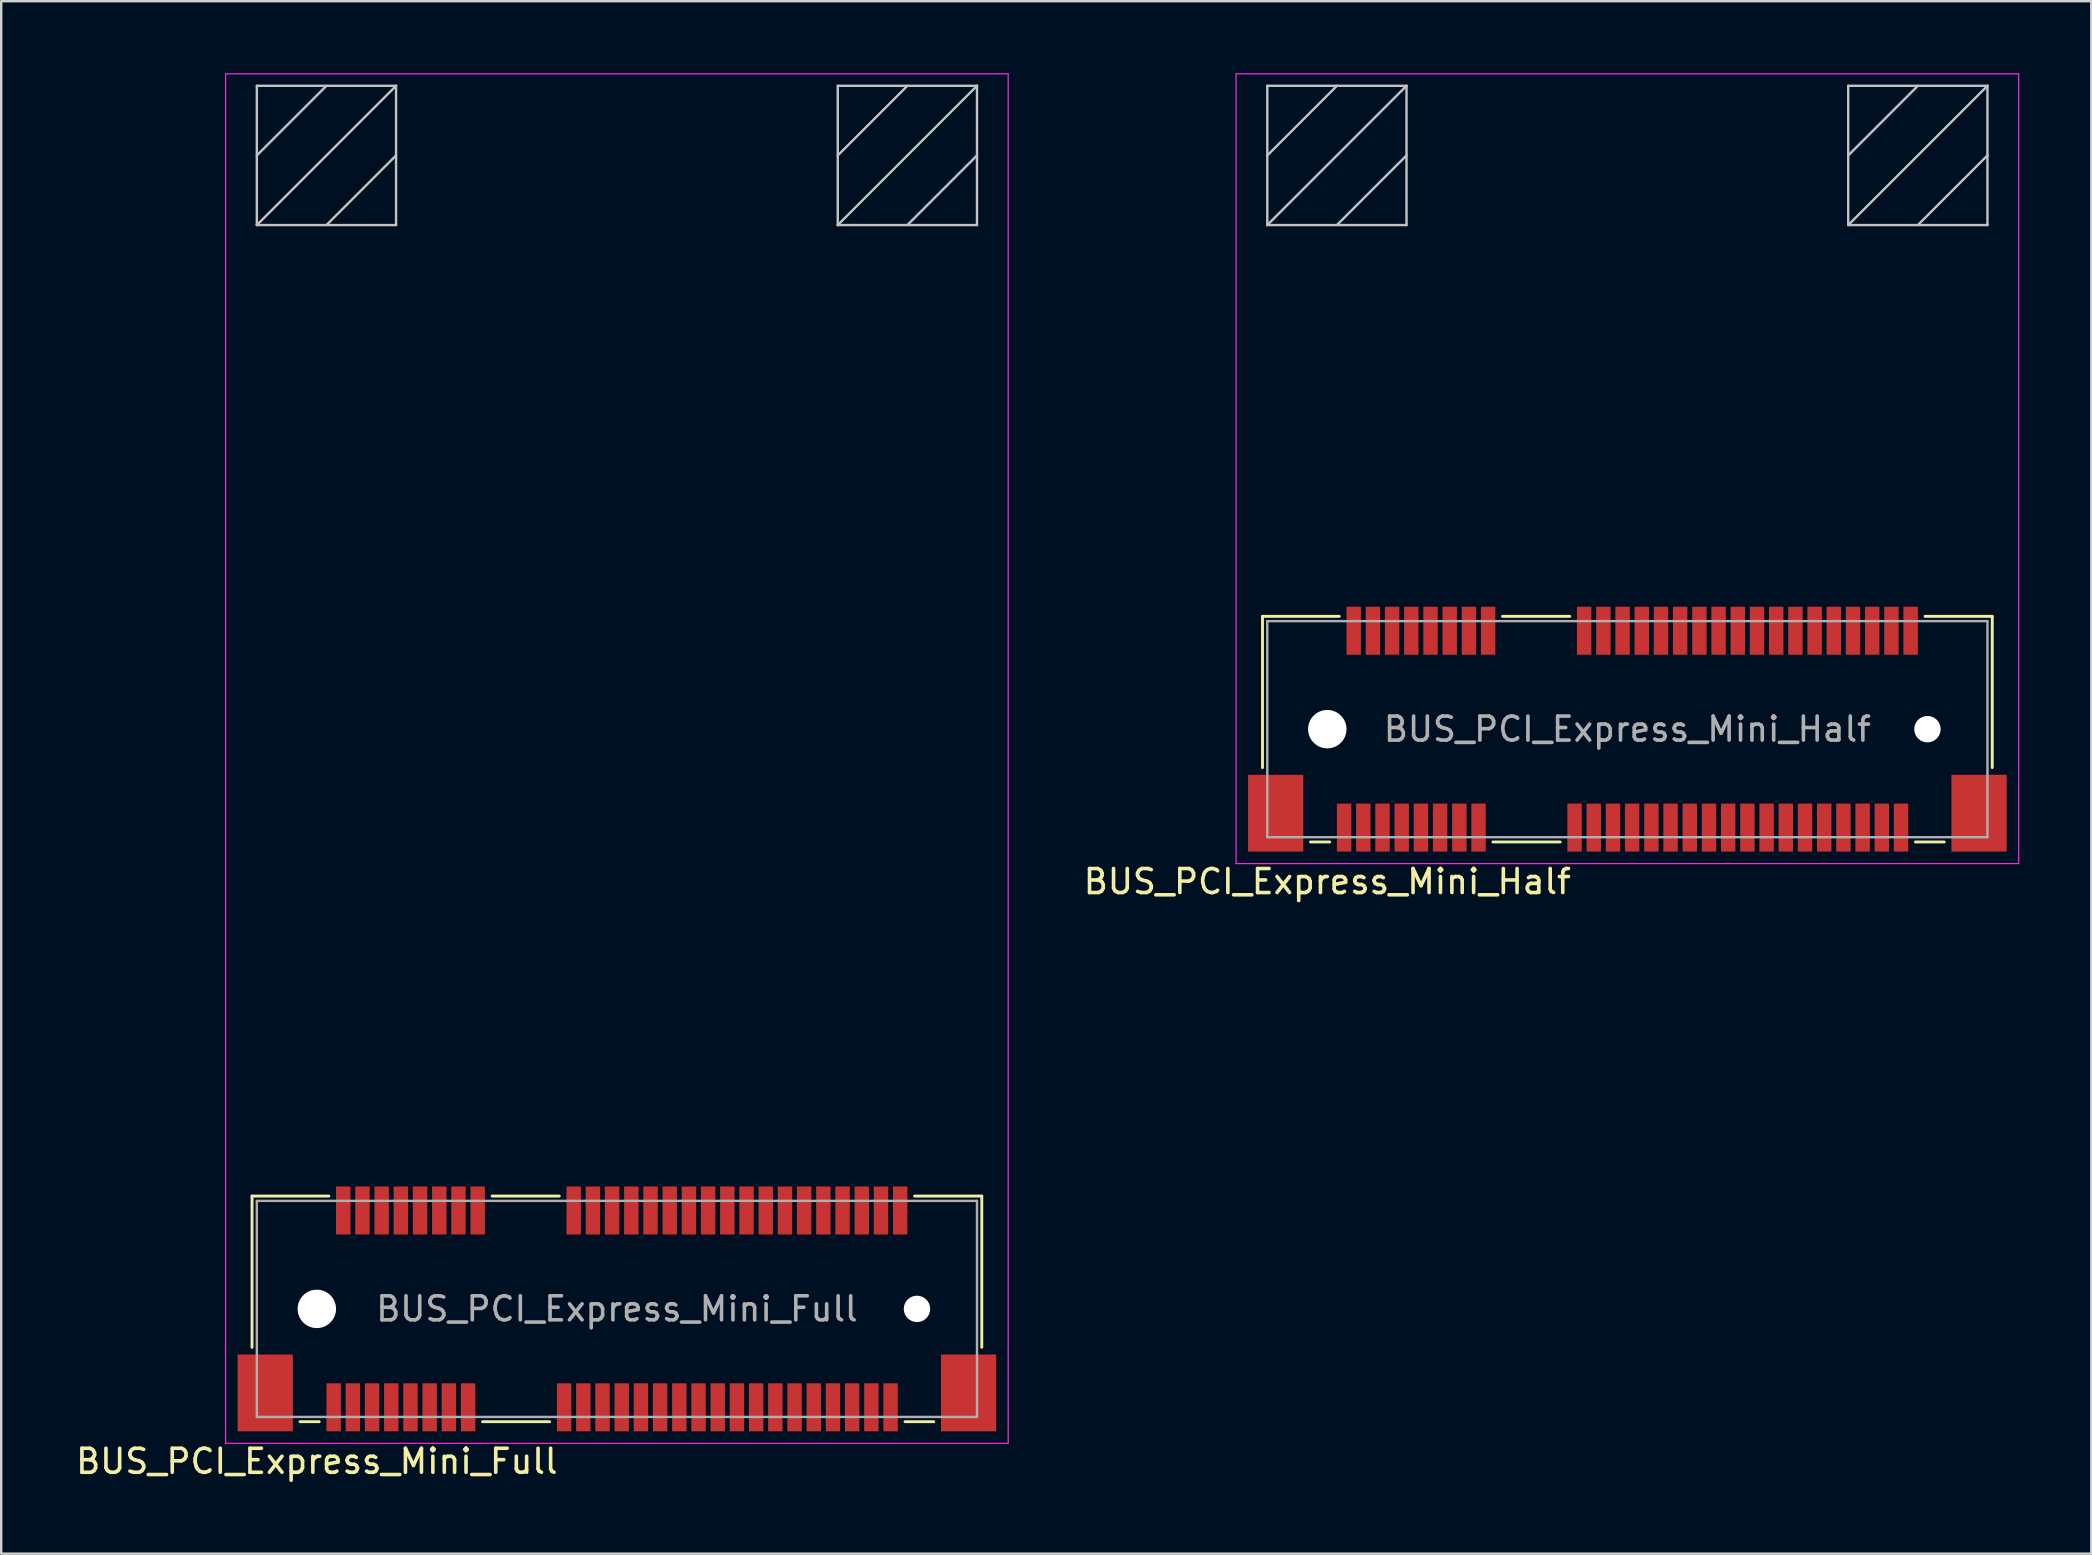
<source format=kicad_pcb>
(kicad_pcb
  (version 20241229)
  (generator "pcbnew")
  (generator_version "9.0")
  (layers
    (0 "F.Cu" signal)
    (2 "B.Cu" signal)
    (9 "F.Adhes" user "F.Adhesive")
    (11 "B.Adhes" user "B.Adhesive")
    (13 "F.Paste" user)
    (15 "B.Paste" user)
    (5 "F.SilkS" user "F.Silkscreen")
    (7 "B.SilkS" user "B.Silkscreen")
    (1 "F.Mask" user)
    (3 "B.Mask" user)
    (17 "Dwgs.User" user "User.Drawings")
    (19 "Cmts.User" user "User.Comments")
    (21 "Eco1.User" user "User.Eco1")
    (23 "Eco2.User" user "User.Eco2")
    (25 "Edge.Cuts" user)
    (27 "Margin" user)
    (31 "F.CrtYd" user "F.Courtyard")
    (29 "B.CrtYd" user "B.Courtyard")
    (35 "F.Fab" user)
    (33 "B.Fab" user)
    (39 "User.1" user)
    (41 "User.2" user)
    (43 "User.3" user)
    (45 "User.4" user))
  (footprint "BUS_PCI_Express_Mini_Full"
    (layer "F.Cu")
    (at 22.649 51.475)
    (property "Reference" "BUS_PCI_Express_Mini_Full" (at -12.5 6.35 180) (layer "F.SilkS") (effects (font (size 1 1) (thickness 0.15))))
    (attr smd)
    (fp_line (start -15.2 -4.7) (end -15.2 1.6) (stroke (width 0.12) (type solid)) (layer "F.SilkS"))
    (fp_line (start -13.2 4.7) (end -12.4 4.7) (stroke (width 0.12) (type solid)) (layer "F.SilkS"))
    (fp_line (start -12 -4.7) (end -15.2 -4.7) (stroke (width 0.12) (type solid)) (layer "F.SilkS"))
    (fp_line (start -5.6 4.7) (end -2.8 4.7) (stroke (width 0.12) (type solid)) (layer "F.SilkS"))
    (fp_line (start -2.4 -4.7) (end -5.2 -4.7) (stroke (width 0.12) (type solid)) (layer "F.SilkS"))
    (fp_line (start 12 4.7) (end 13.2 4.7) (stroke (width 0.12) (type solid)) (layer "F.SilkS"))
    (fp_line (start 15.2 -4.7) (end 12.4 -4.7) (stroke (width 0.12) (type solid)) (layer "F.SilkS"))
    (fp_line (start 15.2 1.6) (end 15.2 -4.7) (stroke (width 0.12) (type solid)) (layer "F.SilkS"))
    (fp_line (start -15 -50.95) (end -15 -45.15) (stroke (width 0.1) (type solid)) (layer "Dwgs.User"))
    (fp_line (start -15 -50.95) (end -9.2 -50.95) (stroke (width 0.1) (type solid)) (layer "Dwgs.User"))
    (fp_line (start -15 -45.15) (end -9.2 -45.15) (stroke (width 0.1) (type solid)) (layer "Dwgs.User"))
    (fp_line (start -12.1 -50.95) (end -15 -48.05) (stroke (width 0.1) (type solid)) (layer "Dwgs.User"))
    (fp_line (start -9.2 -50.95) (end -15 -45.15) (stroke (width 0.1) (type solid)) (layer "Dwgs.User"))
    (fp_line (start -9.2 -50.95) (end -9.2 -45.15) (stroke (width 0.1) (type solid)) (layer "Dwgs.User"))
    (fp_line (start -9.2 -48.05) (end -12.1 -45.15) (stroke (width 0.1) (type solid)) (layer "Dwgs.User"))
    (fp_line (start 9.2 -50.95) (end 9.2 -45.15) (stroke (width 0.1) (type solid)) (layer "Dwgs.User"))
    (fp_line (start 9.2 -50.95) (end 15 -50.95) (stroke (width 0.1) (type solid)) (layer "Dwgs.User"))
    (fp_line (start 9.2 -45.15) (end 15 -45.15) (stroke (width 0.1) (type solid)) (layer "Dwgs.User"))
    (fp_line (start 12.1 -50.95) (end 9.2 -48.05) (stroke (width 0.1) (type solid)) (layer "Dwgs.User"))
    (fp_line (start 15 -50.95) (end 9.2 -45.15) (stroke (width 0.1) (type solid)) (layer "Dwgs.User"))
    (fp_line (start 15 -50.95) (end 15 -45.15) (stroke (width 0.1) (type solid)) (layer "Dwgs.User"))
    (fp_line (start 15 -48.05) (end 12.1 -45.15) (stroke (width 0.1) (type solid)) (layer "Dwgs.User"))
    (fp_line (start -16.3 -51.45) (end 16.3 -51.45) (stroke (width 0.05) (type solid)) (layer "F.CrtYd"))
    (fp_line (start -16.3 5.6) (end -16.3 -51.45) (stroke (width 0.05) (type solid)) (layer "F.CrtYd"))
    (fp_line (start 16.3 -51.45) (end 16.3 5.6) (stroke (width 0.05) (type solid)) (layer "F.CrtYd"))
    (fp_line (start 16.3 5.6) (end -16.3 5.6) (stroke (width 0.05) (type solid)) (layer "F.CrtYd"))
    (fp_line (start -15 -4.5) (end -15 4.5) (stroke (width 0.1) (type solid)) (layer "F.Fab"))
    (fp_line (start -15 4.5) (end 15 4.5) (stroke (width 0.1) (type solid)) (layer "F.Fab"))
    (fp_line (start 15 -4.5) (end -15 -4.5) (stroke (width 0.1) (type solid)) (layer "F.Fab"))
    (fp_line (start 15 4.5) (end 15 -4.5) (stroke (width 0.1) (type solid)) (layer "F.Fab"))
    (fp_text user "${REFERENCE}" (at 0 0 0) (layer "F.Fab") (effects (font (size 1 1) (thickness 0.15))))
    (pad "" np_thru_hole circle (at -12.5 0) (size 1.6 1.6) (drill 1.6) (layers "*.Cu" "*.Mask"))
    (pad "" np_thru_hole circle (at 12.5 0) (size 1.1 1.1) (drill 1.1) (layers "*.Cu" "*.Mask"))
    (pad "1" smd rect (at -11.8 4.1) (size 0.6 2) (layers "F.Cu" "F.Mask" "F.Paste"))
    (pad "2" smd rect (at -11.4 -4.1) (size 0.6 2) (layers "F.Cu" "F.Mask" "F.Paste"))
    (pad "3" smd rect (at -11 4.1) (size 0.6 2) (layers "F.Cu" "F.Mask" "F.Paste"))
    (pad "4" smd rect (at -10.6 -4.1) (size 0.6 2) (layers "F.Cu" "F.Mask" "F.Paste"))
    (pad "5" smd rect (at -10.2 4.1) (size 0.6 2) (layers "F.Cu" "F.Mask" "F.Paste"))
    (pad "6" smd rect (at -9.8 -4.1) (size 0.6 2) (layers "F.Cu" "F.Mask" "F.Paste"))
    (pad "7" smd rect (at -9.4 4.1) (size 0.6 2) (layers "F.Cu" "F.Mask" "F.Paste"))
    (pad "8" smd rect (at -9 -4.1) (size 0.6 2) (layers "F.Cu" "F.Mask" "F.Paste"))
    (pad "9" smd rect (at -8.6 4.1) (size 0.6 2) (layers "F.Cu" "F.Mask" "F.Paste"))
    (pad "10" smd rect (at -8.2 -4.1) (size 0.6 2) (layers "F.Cu" "F.Mask" "F.Paste"))
    (pad "11" smd rect (at -7.8 4.1) (size 0.6 2) (layers "F.Cu" "F.Mask" "F.Paste"))
    (pad "12" smd rect (at -7.4 -4.1) (size 0.6 2) (layers "F.Cu" "F.Mask" "F.Paste"))
    (pad "13" smd rect (at -7 4.1) (size 0.6 2) (layers "F.Cu" "F.Mask" "F.Paste"))
    (pad "14" smd rect (at -6.6 -4.1) (size 0.6 2) (layers "F.Cu" "F.Mask" "F.Paste"))
    (pad "15" smd rect (at -6.2 4.1) (size 0.6 2) (layers "F.Cu" "F.Mask" "F.Paste"))
    (pad "16" smd rect (at -5.8 -4.1) (size 0.6 2) (layers "F.Cu" "F.Mask" "F.Paste"))
    (pad "17" smd rect (at -2.2 4.1) (size 0.6 2) (layers "F.Cu" "F.Mask" "F.Paste"))
    (pad "18" smd rect (at -1.8 -4.1) (size 0.6 2) (layers "F.Cu" "F.Mask" "F.Paste"))
    (pad "19" smd rect (at -1.4 4.1) (size 0.6 2) (layers "F.Cu" "F.Mask" "F.Paste"))
    (pad "20" smd rect (at -1 -4.1) (size 0.6 2) (layers "F.Cu" "F.Mask" "F.Paste"))
    (pad "21" smd rect (at -0.6 4.1) (size 0.6 2) (layers "F.Cu" "F.Mask" "F.Paste"))
    (pad "22" smd rect (at -0.2 -4.1) (size 0.6 2) (layers "F.Cu" "F.Mask" "F.Paste"))
    (pad "23" smd rect (at 0.2 4.1) (size 0.6 2) (layers "F.Cu" "F.Mask" "F.Paste"))
    (pad "24" smd rect (at 0.6 -4.1) (size 0.6 2) (layers "F.Cu" "F.Mask" "F.Paste"))
    (pad "25" smd rect (at 1 4.1) (size 0.6 2) (layers "F.Cu" "F.Mask" "F.Paste"))
    (pad "26" smd rect (at 1.4 -4.1) (size 0.6 2) (layers "F.Cu" "F.Mask" "F.Paste"))
    (pad "27" smd rect (at 1.8 4.1) (size 0.6 2) (layers "F.Cu" "F.Mask" "F.Paste"))
    (pad "28" smd rect (at 2.2 -4.1) (size 0.6 2) (layers "F.Cu" "F.Mask" "F.Paste"))
    (pad "29" smd rect (at 2.6 4.1) (size 0.6 2) (layers "F.Cu" "F.Mask" "F.Paste"))
    (pad "30" smd rect (at 3 -4.1) (size 0.6 2) (layers "F.Cu" "F.Mask" "F.Paste"))
    (pad "31" smd rect (at 3.4 4.1) (size 0.6 2) (layers "F.Cu" "F.Mask" "F.Paste"))
    (pad "32" smd rect (at 3.8 -4.1) (size 0.6 2) (layers "F.Cu" "F.Mask" "F.Paste"))
    (pad "33" smd rect (at 4.2 4.1) (size 0.6 2) (layers "F.Cu" "F.Mask" "F.Paste"))
    (pad "34" smd rect (at 4.6 -4.1) (size 0.6 2) (layers "F.Cu" "F.Mask" "F.Paste"))
    (pad "35" smd rect (at 5 4.1) (size 0.6 2) (layers "F.Cu" "F.Mask" "F.Paste"))
    (pad "36" smd rect (at 5.4 -4.1) (size 0.6 2) (layers "F.Cu" "F.Mask" "F.Paste"))
    (pad "37" smd rect (at 5.8 4.1) (size 0.6 2) (layers "F.Cu" "F.Mask" "F.Paste"))
    (pad "38" smd rect (at 6.2 -4.1) (size 0.6 2) (layers "F.Cu" "F.Mask" "F.Paste"))
    (pad "39" smd rect (at 6.6 4.1) (size 0.6 2) (layers "F.Cu" "F.Mask" "F.Paste"))
    (pad "40" smd rect (at 7 -4.1) (size 0.6 2) (layers "F.Cu" "F.Mask" "F.Paste"))
    (pad "41" smd rect (at 7.4 4.1) (size 0.6 2) (layers "F.Cu" "F.Mask" "F.Paste"))
    (pad "42" smd rect (at 7.8 -4.1) (size 0.6 2) (layers "F.Cu" "F.Mask" "F.Paste"))
    (pad "43" smd rect (at 8.2 4.1) (size 0.6 2) (layers "F.Cu" "F.Mask" "F.Paste"))
    (pad "44" smd rect (at 8.6 -4.1) (size 0.6 2) (layers "F.Cu" "F.Mask" "F.Paste"))
    (pad "45" smd rect (at 9 4.1) (size 0.6 2) (layers "F.Cu" "F.Mask" "F.Paste"))
    (pad "46" smd rect (at 9.4 -4.1) (size 0.6 2) (layers "F.Cu" "F.Mask" "F.Paste"))
    (pad "47" smd rect (at 9.8 4.1) (size 0.6 2) (layers "F.Cu" "F.Mask" "F.Paste"))
    (pad "48" smd rect (at 10.2 -4.1) (size 0.6 2) (layers "F.Cu" "F.Mask" "F.Paste"))
    (pad "49" smd rect (at 10.6 4.1) (size 0.6 2) (layers "F.Cu" "F.Mask" "F.Paste"))
    (pad "50" smd rect (at 11 -4.1) (size 0.6 2) (layers "F.Cu" "F.Mask" "F.Paste"))
    (pad "51" smd rect (at 11.4 4.1) (size 0.6 2) (layers "F.Cu" "F.Mask" "F.Paste"))
    (pad "52" smd rect (at 11.8 -4.1) (size 0.6 2) (layers "F.Cu" "F.Mask" "F.Paste"))
    (pad "MP" smd rect (at -14.65 3.5) (size 2.3 3.2) (layers "F.Cu" "F.Mask" "F.Paste"))
    (pad "MP" smd rect (at 14.65 3.5) (size 2.3 3.2) (layers "F.Cu" "F.Mask" "F.Paste")))
  (footprint "BUS_PCI_Express_Mini_Half"
    (layer "F.Cu")
    (at 64.742 27.325)
    (property "Reference" "BUS_PCI_Express_Mini_Half" (at -12.5 6.35 180) (layer "F.SilkS") (effects (font (size 1 1) (thickness 0.15))))
    (attr smd)
    (fp_line (start -15.2 -4.7) (end -15.2 1.6) (stroke (width 0.12) (type solid)) (layer "F.SilkS"))
    (fp_line (start -13.2 4.7) (end -12.4 4.7) (stroke (width 0.12) (type solid)) (layer "F.SilkS"))
    (fp_line (start -12 -4.7) (end -15.2 -4.7) (stroke (width 0.12) (type solid)) (layer "F.SilkS"))
    (fp_line (start -5.6 4.7) (end -2.8 4.7) (stroke (width 0.12) (type solid)) (layer "F.SilkS"))
    (fp_line (start -2.4 -4.7) (end -5.2 -4.7) (stroke (width 0.12) (type solid)) (layer "F.SilkS"))
    (fp_line (start 12 4.7) (end 13.2 4.7) (stroke (width 0.12) (type solid)) (layer "F.SilkS"))
    (fp_line (start 15.2 -4.7) (end 12.4 -4.7) (stroke (width 0.12) (type solid)) (layer "F.SilkS"))
    (fp_line (start 15.2 1.6) (end 15.2 -4.7) (stroke (width 0.12) (type solid)) (layer "F.SilkS"))
    (fp_line (start -15 -26.8) (end -15 -21) (stroke (width 0.1) (type solid)) (layer "Dwgs.User"))
    (fp_line (start -15 -21) (end -9.2 -26.8) (stroke (width 0.1) (type solid)) (layer "Dwgs.User"))
    (fp_line (start -15 -21) (end -9.2 -21) (stroke (width 0.1) (type solid)) (layer "Dwgs.User"))
    (fp_line (start -12.1 -26.8) (end -15 -23.9) (stroke (width 0.1) (type solid)) (layer "Dwgs.User"))
    (fp_line (start -9.2 -26.8) (end -15 -26.8) (stroke (width 0.1) (type solid)) (layer "Dwgs.User"))
    (fp_line (start -9.2 -23.9) (end -12.1 -21) (stroke (width 0.1) (type solid)) (layer "Dwgs.User"))
    (fp_line (start -9.2 -21) (end -9.2 -26.8) (stroke (width 0.1) (type solid)) (layer "Dwgs.User"))
    (fp_line (start 9.2 -26.8) (end 15 -26.8) (stroke (width 0.1) (type solid)) (layer "Dwgs.User"))
    (fp_line (start 9.2 -21) (end 9.2 -26.8) (stroke (width 0.1) (type solid)) (layer "Dwgs.User"))
    (fp_line (start 12.1 -26.8) (end 9.2 -23.9) (stroke (width 0.1) (type solid)) (layer "Dwgs.User"))
    (fp_line (start 15 -26.8) (end 9.2 -21) (stroke (width 0.1) (type solid)) (layer "Dwgs.User"))
    (fp_line (start 15 -26.8) (end 15 -21) (stroke (width 0.1) (type solid)) (layer "Dwgs.User"))
    (fp_line (start 15 -23.9) (end 12.1 -21) (stroke (width 0.1) (type solid)) (layer "Dwgs.User"))
    (fp_line (start 15 -21) (end 9.2 -21) (stroke (width 0.1) (type solid)) (layer "Dwgs.User"))
    (fp_line (start -16.3 -27.3) (end 16.3 -27.3) (stroke (width 0.05) (type solid)) (layer "F.CrtYd"))
    (fp_line (start -16.3 5.6) (end -16.3 -27.3) (stroke (width 0.05) (type solid)) (layer "F.CrtYd"))
    (fp_line (start 16.3 -27.3) (end 16.3 5.6) (stroke (width 0.05) (type solid)) (layer "F.CrtYd"))
    (fp_line (start 16.3 5.6) (end -16.3 5.6) (stroke (width 0.05) (type solid)) (layer "F.CrtYd"))
    (fp_line (start -15 -4.5) (end -15 4.5) (stroke (width 0.1) (type solid)) (layer "F.Fab"))
    (fp_line (start -15 4.5) (end 15 4.5) (stroke (width 0.1) (type solid)) (layer "F.Fab"))
    (fp_line (start 15 -4.5) (end -15 -4.5) (stroke (width 0.1) (type solid)) (layer "F.Fab"))
    (fp_line (start 15 4.5) (end 15 -4.5) (stroke (width 0.1) (type solid)) (layer "F.Fab"))
    (fp_text user "${REFERENCE}" (at 0 0 0) (layer "F.Fab") (effects (font (size 1 1) (thickness 0.15))))
    (pad "" np_thru_hole circle (at -12.5 0) (size 1.6 1.6) (drill 1.6) (layers "*.Cu" "*.Mask"))
    (pad "" np_thru_hole circle (at 12.5 0) (size 1.1 1.1) (drill 1.1) (layers "*.Cu" "*.Mask"))
    (pad "1" smd rect (at -11.8 4.1) (size 0.6 2) (layers "F.Cu" "F.Mask" "F.Paste"))
    (pad "2" smd rect (at -11.4 -4.1) (size 0.6 2) (layers "F.Cu" "F.Mask" "F.Paste"))
    (pad "3" smd rect (at -11 4.1) (size 0.6 2) (layers "F.Cu" "F.Mask" "F.Paste"))
    (pad "4" smd rect (at -10.6 -4.1) (size 0.6 2) (layers "F.Cu" "F.Mask" "F.Paste"))
    (pad "5" smd rect (at -10.2 4.1) (size 0.6 2) (layers "F.Cu" "F.Mask" "F.Paste"))
    (pad "6" smd rect (at -9.8 -4.1) (size 0.6 2) (layers "F.Cu" "F.Mask" "F.Paste"))
    (pad "7" smd rect (at -9.4 4.1) (size 0.6 2) (layers "F.Cu" "F.Mask" "F.Paste"))
    (pad "8" smd rect (at -9 -4.1) (size 0.6 2) (layers "F.Cu" "F.Mask" "F.Paste"))
    (pad "9" smd rect (at -8.6 4.1) (size 0.6 2) (layers "F.Cu" "F.Mask" "F.Paste"))
    (pad "10" smd rect (at -8.2 -4.1) (size 0.6 2) (layers "F.Cu" "F.Mask" "F.Paste"))
    (pad "11" smd rect (at -7.8 4.1) (size 0.6 2) (layers "F.Cu" "F.Mask" "F.Paste"))
    (pad "12" smd rect (at -7.4 -4.1) (size 0.6 2) (layers "F.Cu" "F.Mask" "F.Paste"))
    (pad "13" smd rect (at -7 4.1) (size 0.6 2) (layers "F.Cu" "F.Mask" "F.Paste"))
    (pad "14" smd rect (at -6.6 -4.1) (size 0.6 2) (layers "F.Cu" "F.Mask" "F.Paste"))
    (pad "15" smd rect (at -6.2 4.1) (size 0.6 2) (layers "F.Cu" "F.Mask" "F.Paste"))
    (pad "16" smd rect (at -5.8 -4.1) (size 0.6 2) (layers "F.Cu" "F.Mask" "F.Paste"))
    (pad "17" smd rect (at -2.2 4.1) (size 0.6 2) (layers "F.Cu" "F.Mask" "F.Paste"))
    (pad "18" smd rect (at -1.8 -4.1) (size 0.6 2) (layers "F.Cu" "F.Mask" "F.Paste"))
    (pad "19" smd rect (at -1.4 4.1) (size 0.6 2) (layers "F.Cu" "F.Mask" "F.Paste"))
    (pad "20" smd rect (at -1 -4.1) (size 0.6 2) (layers "F.Cu" "F.Mask" "F.Paste"))
    (pad "21" smd rect (at -0.6 4.1) (size 0.6 2) (layers "F.Cu" "F.Mask" "F.Paste"))
    (pad "22" smd rect (at -0.2 -4.1) (size 0.6 2) (layers "F.Cu" "F.Mask" "F.Paste"))
    (pad "23" smd rect (at 0.2 4.1) (size 0.6 2) (layers "F.Cu" "F.Mask" "F.Paste"))
    (pad "24" smd rect (at 0.6 -4.1) (size 0.6 2) (layers "F.Cu" "F.Mask" "F.Paste"))
    (pad "25" smd rect (at 1 4.1) (size 0.6 2) (layers "F.Cu" "F.Mask" "F.Paste"))
    (pad "26" smd rect (at 1.4 -4.1) (size 0.6 2) (layers "F.Cu" "F.Mask" "F.Paste"))
    (pad "27" smd rect (at 1.8 4.1) (size 0.6 2) (layers "F.Cu" "F.Mask" "F.Paste"))
    (pad "28" smd rect (at 2.2 -4.1) (size 0.6 2) (layers "F.Cu" "F.Mask" "F.Paste"))
    (pad "29" smd rect (at 2.6 4.1) (size 0.6 2) (layers "F.Cu" "F.Mask" "F.Paste"))
    (pad "30" smd rect (at 3 -4.1) (size 0.6 2) (layers "F.Cu" "F.Mask" "F.Paste"))
    (pad "31" smd rect (at 3.4 4.1) (size 0.6 2) (layers "F.Cu" "F.Mask" "F.Paste"))
    (pad "32" smd rect (at 3.8 -4.1) (size 0.6 2) (layers "F.Cu" "F.Mask" "F.Paste"))
    (pad "33" smd rect (at 4.2 4.1) (size 0.6 2) (layers "F.Cu" "F.Mask" "F.Paste"))
    (pad "34" smd rect (at 4.6 -4.1) (size 0.6 2) (layers "F.Cu" "F.Mask" "F.Paste"))
    (pad "35" smd rect (at 5 4.1) (size 0.6 2) (layers "F.Cu" "F.Mask" "F.Paste"))
    (pad "36" smd rect (at 5.4 -4.1) (size 0.6 2) (layers "F.Cu" "F.Mask" "F.Paste"))
    (pad "37" smd rect (at 5.8 4.1) (size 0.6 2) (layers "F.Cu" "F.Mask" "F.Paste"))
    (pad "38" smd rect (at 6.2 -4.1) (size 0.6 2) (layers "F.Cu" "F.Mask" "F.Paste"))
    (pad "39" smd rect (at 6.6 4.1) (size 0.6 2) (layers "F.Cu" "F.Mask" "F.Paste"))
    (pad "40" smd rect (at 7 -4.1) (size 0.6 2) (layers "F.Cu" "F.Mask" "F.Paste"))
    (pad "41" smd rect (at 7.4 4.1) (size 0.6 2) (layers "F.Cu" "F.Mask" "F.Paste"))
    (pad "42" smd rect (at 7.8 -4.1) (size 0.6 2) (layers "F.Cu" "F.Mask" "F.Paste"))
    (pad "43" smd rect (at 8.2 4.1) (size 0.6 2) (layers "F.Cu" "F.Mask" "F.Paste"))
    (pad "44" smd rect (at 8.6 -4.1) (size 0.6 2) (layers "F.Cu" "F.Mask" "F.Paste"))
    (pad "45" smd rect (at 9 4.1) (size 0.6 2) (layers "F.Cu" "F.Mask" "F.Paste"))
    (pad "46" smd rect (at 9.4 -4.1) (size 0.6 2) (layers "F.Cu" "F.Mask" "F.Paste"))
    (pad "47" smd rect (at 9.8 4.1) (size 0.6 2) (layers "F.Cu" "F.Mask" "F.Paste"))
    (pad "48" smd rect (at 10.2 -4.1) (size 0.6 2) (layers "F.Cu" "F.Mask" "F.Paste"))
    (pad "49" smd rect (at 10.6 4.1) (size 0.6 2) (layers "F.Cu" "F.Mask" "F.Paste"))
    (pad "50" smd rect (at 11 -4.1) (size 0.6 2) (layers "F.Cu" "F.Mask" "F.Paste"))
    (pad "51" smd rect (at 11.4 4.1) (size 0.6 2) (layers "F.Cu" "F.Mask" "F.Paste"))
    (pad "52" smd rect (at 11.8 -4.1) (size 0.6 2) (layers "F.Cu" "F.Mask" "F.Paste"))
    (pad "MP" smd rect (at -14.65 3.5) (size 2.3 3.2) (layers "F.Cu" "F.Mask" "F.Paste"))
    (pad "MP" smd rect (at 14.65 3.5) (size 2.3 3.2) (layers "F.Cu" "F.Mask" "F.Paste")))
  (gr_rect
    (start -3 -3)
    (end 84.067 61.673)
    (stroke (width 0.1) (type default))
    (fill no)
    (layer "Edge.Cuts")))
</source>
